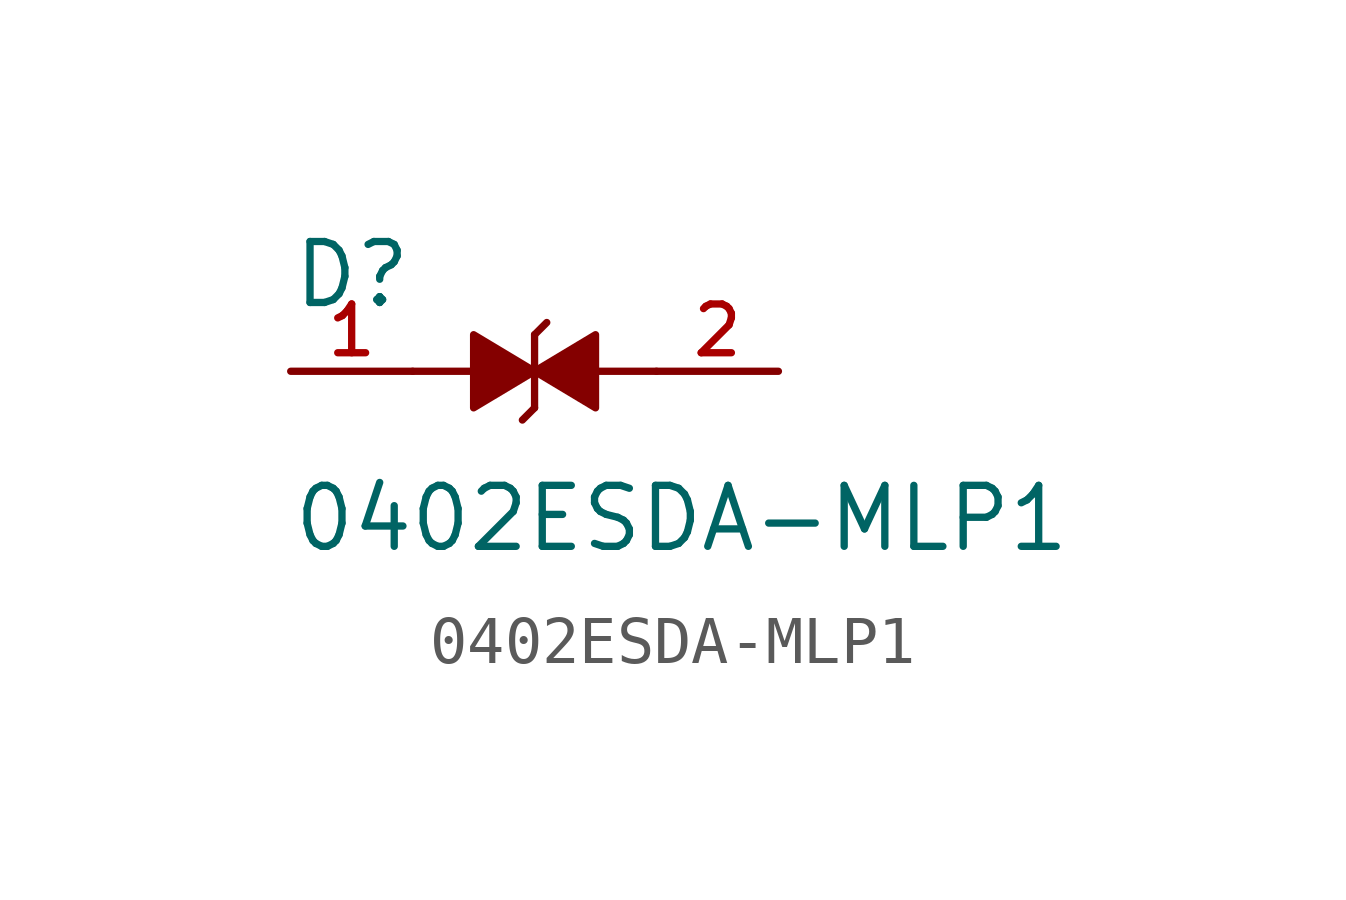
<source format=kicad_sym>
(kicad_symbol_lib
  (version 20211014)
  (generator kicad_symbol_editor)
  (symbol "0402ESDA-MLP1"
    (pin_names
      (offset 1.016))
    (property "Reference" "D"
      (at -5.08 1.27 0)
      (effects (font (size 1.27 1.27)) (justify bottom left)))
    (property "Value" "0402ESDA-MLP1"
      (at -5.08 -3.81 0)
      (effects (font (size 1.27 1.27)) (justify bottom left)))
    (symbol "0402ESDA-MLP1_0_0"
      (polyline (pts (xy 0.0 0.0) (xy -1.27 -0.762) (xy -1.27 0.762) (xy 0.0 0.0)) (stroke (width 0.152)) (fill (type outline)))
      (polyline (pts (xy 0.0 -0.762) (xy 0.0 0.762)) (stroke (width 0.152)))
      (polyline (pts (xy 0.0 0.0) (xy 1.27 0.762) (xy 1.27 -0.762) (xy 0.0 0.0)) (stroke (width 0.152)) (fill (type outline)))
      (polyline (pts (xy 0.0 -0.762) (xy -0.254 -1.016)) (stroke (width 0.152)))
      (polyline (pts (xy 0.0 0.762) (xy 0.254 1.016)) (stroke (width 0.152)))
      (polyline (pts (xy 1.27 0.0) (xy 2.54 0.0)) (stroke (width 0.152)))
      (polyline (pts (xy -1.27 0.0) (xy -2.54 0.0)) (stroke (width 0.152)))
      (pin passive line (at -5.08 0.0 0) (length 2.54) (name "~" (effects (font (size 1.016 1.016)))) (number "1" (effects (font (size 1.016 1.016)))))
      (pin passive line (at 5.08 0.0 180.0) (length 2.54) (name "~" (effects (font (size 1.016 1.016)))) (number "2" (effects (font (size 1.016 1.016))))))))
</source>
